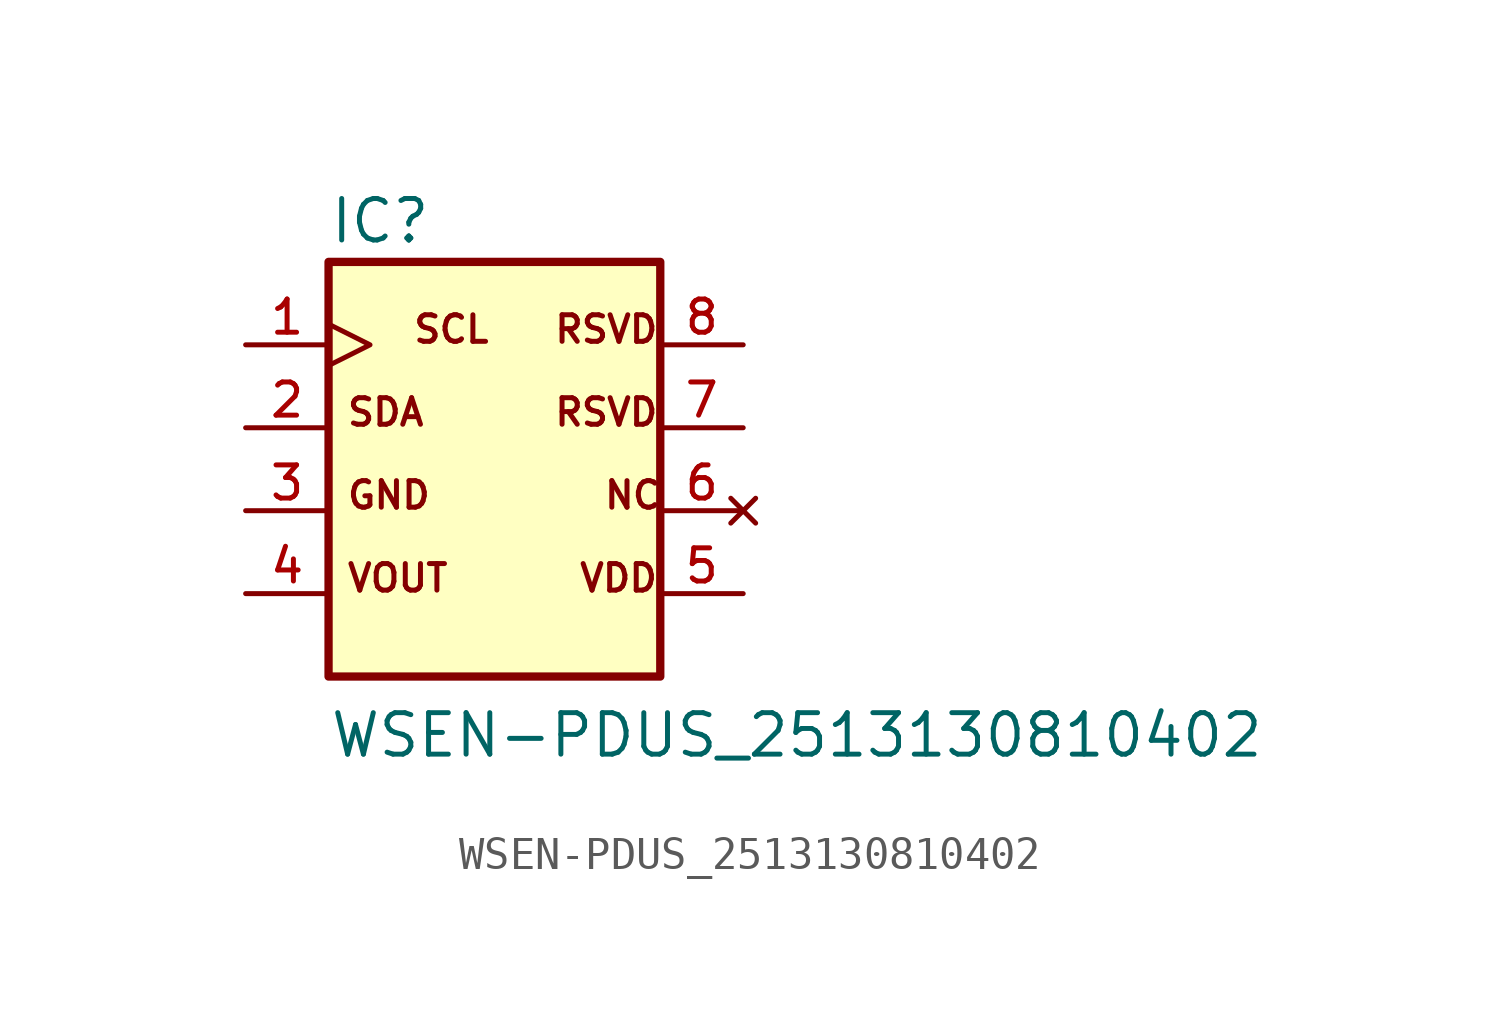
<source format=kicad_sym>
(kicad_symbol_lib
  (version 20211014)
  (generator kicad_symbol_editor)
  (symbol "WSEN-PDUS_2513130810402"
    (pin_names
      (offset 1.016))
    (property "Reference" "IC"
      (at -5.08 8.128 0)
      (effects (font (size 1.27 1.27)) (justify bottom left)))
    (property "Value" "WSEN-PDUS_2513130810402"
      (at -5.08 -7.62 0)
      (effects (font (size 1.27 1.27)) (justify bottom left)))
    (symbol "WSEN-PDUS_2513130810402_0_0"
      (text "SCL" (at -2.54 5.08 0) (effects (font (size 0.813 0.813)) (justify bottom left)))
      (text "SDA" (at -4.572 2.54 0) (effects (font (size 0.813 0.813)) (justify bottom left)))
      (text "GND" (at -4.572 0.0 0) (effects (font (size 0.813 0.813)) (justify bottom left)))
      (text "VOUT" (at -4.572 -2.54 0) (effects (font (size 0.813 0.813)) (justify bottom left)))
      (text "VDD" (at 2.54 -2.54 0) (effects (font (size 0.813 0.813)) (justify bottom left)))
      (text "NC" (at 3.302 0.0 0) (effects (font (size 0.813 0.813)) (justify bottom left)))
      (text "RSVD" (at 1.778 2.54 0) (effects (font (size 0.813 0.813)) (justify bottom left)))
      (text "RSVD" (at 1.778 5.08 0) (effects (font (size 0.813 0.813)) (justify bottom left)))
      (rectangle (start -5.08 -5.08) (end 5.08 7.62) (stroke (width 0.254)) (fill (type background)))
      (pin input clock (at -7.62 5.08 0) (length 2.54) (name "~" (effects (font (size 1.016 1.016)))) (number "1" (effects (font (size 1.016 1.016)))))
      (pin bidirectional line (at -7.62 2.54 0) (length 2.54) (name "~" (effects (font (size 1.016 1.016)))) (number "2" (effects (font (size 1.016 1.016)))))
      (pin power_in line (at -7.62 0.0 0) (length 2.54) (name "~" (effects (font (size 1.016 1.016)))) (number "3" (effects (font (size 1.016 1.016)))))
      (pin output line (at -7.62 -2.54 0) (length 2.54) (name "~" (effects (font (size 1.016 1.016)))) (number "4" (effects (font (size 1.016 1.016)))))
      (pin bidirectional line (at 7.62 5.08 180.0) (length 2.54) (name "~" (effects (font (size 1.016 1.016)))) (number "8" (effects (font (size 1.016 1.016)))))
      (pin bidirectional line (at 7.62 2.54 180.0) (length 2.54) (name "~" (effects (font (size 1.016 1.016)))) (number "7" (effects (font (size 1.016 1.016)))))
      (pin no_connect line (at 7.62 0.0 180.0) (length 2.54) (name "~" (effects (font (size 1.016 1.016)))) (number "6" (effects (font (size 1.016 1.016)))))
      (pin power_in line (at 7.62 -2.54 180.0) (length 2.54) (name "~" (effects (font (size 1.016 1.016)))) (number "5" (effects (font (size 1.016 1.016))))))))
</source>
